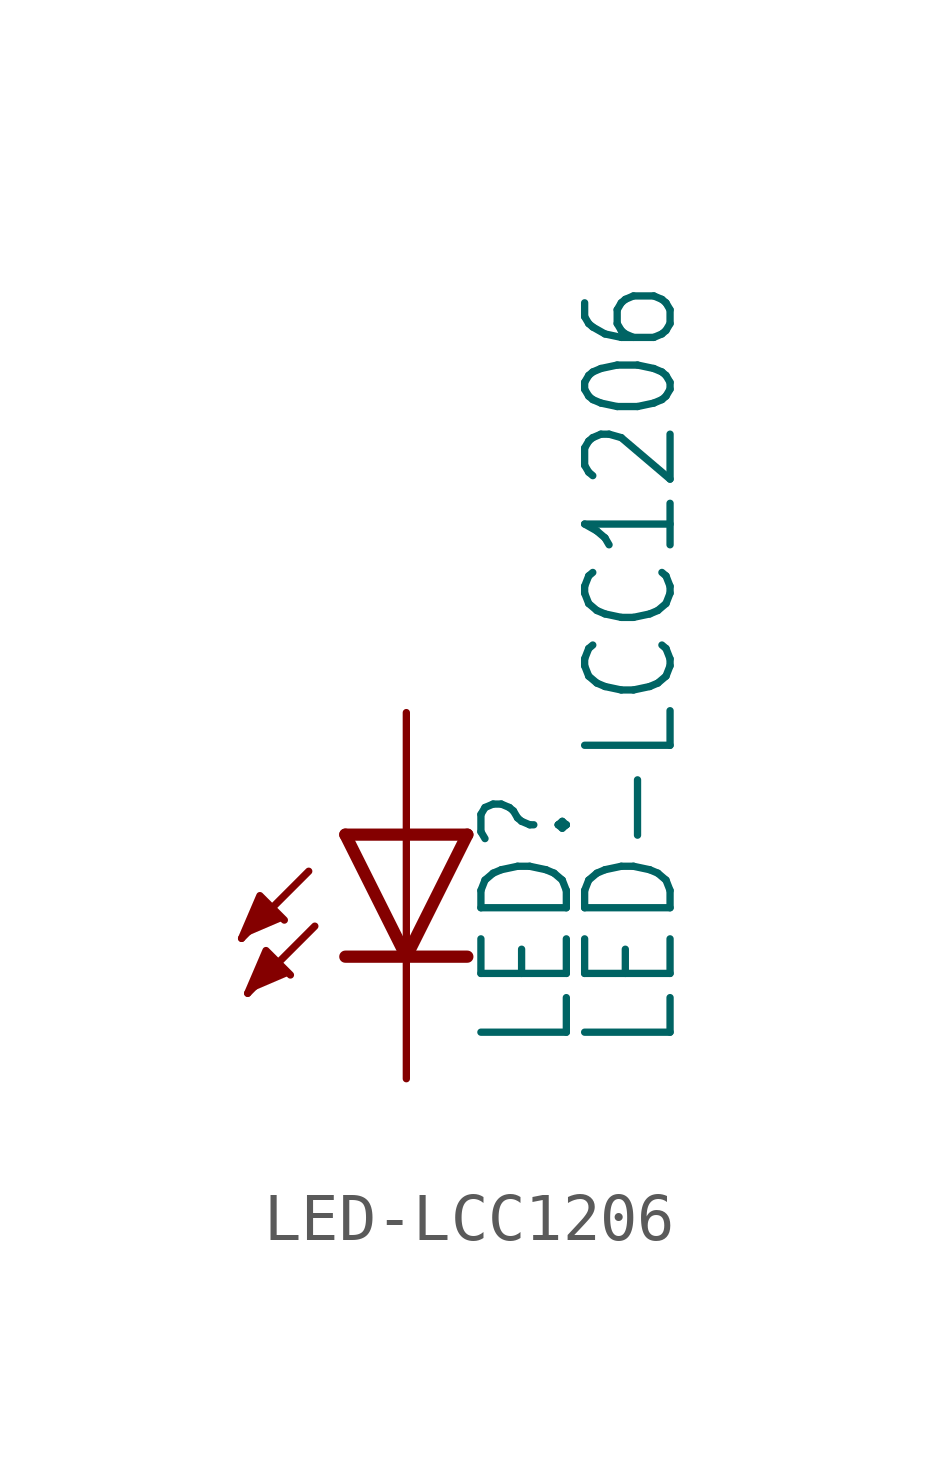
<source format=kicad_sym>
(kicad_symbol_lib
  (version 20211014)
  (generator kicad_symbol_editor)
  (symbol "LED-LCC1206"
    (property "Reference" "LED"
      (at 3.556 -4.572 90)
      (effects (font (size 1.778 1.511)) (justify left bottom)))
    (property "Value" "LED-LCC1206"
      (at 5.715 -4.572 90)
      (effects (font (size 1.778 1.511)) (justify left bottom)))
    (property "ki_locked" ""
      (at 0 0 0)
      (effects (font (size 1.27 1.27))))
    (symbol "LED-LCC1206_1_0"
      (polyline (pts (xy -2.032 -0.762) (xy -3.429 -2.159)) (stroke (width 0.152) (type default) (color 0 0 0 0)) (fill (type none)))
      (polyline (pts (xy -1.905 -1.905) (xy -3.302 -3.302)) (stroke (width 0.152) (type default) (color 0 0 0 0)) (fill (type none)))
      (polyline (pts (xy 0 -2.54) (xy -1.27 -2.54)) (stroke (width 0.254) (type default) (color 0 0 0 0)) (fill (type none)))
      (polyline (pts (xy 0 -2.54) (xy -1.27 0)) (stroke (width 0.254) (type default) (color 0 0 0 0)) (fill (type none)))
      (polyline (pts (xy 0 0) (xy -1.27 0)) (stroke (width 0.254) (type default) (color 0 0 0 0)) (fill (type none)))
      (polyline (pts (xy 0 0) (xy 0 -2.54)) (stroke (width 0.152) (type default) (color 0 0 0 0)) (fill (type none)))
      (polyline (pts (xy 1.27 -2.54) (xy 0 -2.54)) (stroke (width 0.254) (type default) (color 0 0 0 0)) (fill (type none)))
      (polyline (pts (xy 1.27 0) (xy 0 -2.54)) (stroke (width 0.254) (type default) (color 0 0 0 0)) (fill (type none)))
      (polyline (pts (xy 1.27 0) (xy 0 0)) (stroke (width 0.254) (type default) (color 0 0 0 0)) (fill (type none)))
      (polyline (pts (xy -3.429 -2.159) (xy -3.048 -1.27) (xy -2.54 -1.778)) (stroke (width 0) (type default) (color 0 0 0 0)) (fill (type outline)))
      (polyline (pts (xy -3.302 -3.302) (xy -2.921 -2.413) (xy -2.413 -2.921)) (stroke (width 0) (type default) (color 0 0 0 0)) (fill (type outline)))
      (pin passive line (at 0 2.54 270) (length 2.54) (name "A" (effects (font (size 0 0)))) (number "A" (effects (font (size 0 0)))))
      (pin passive line (at 0 -5.08 90) (length 2.54) (name "C" (effects (font (size 0 0)))) (number "C" (effects (font (size 0 0))))))))
</source>
